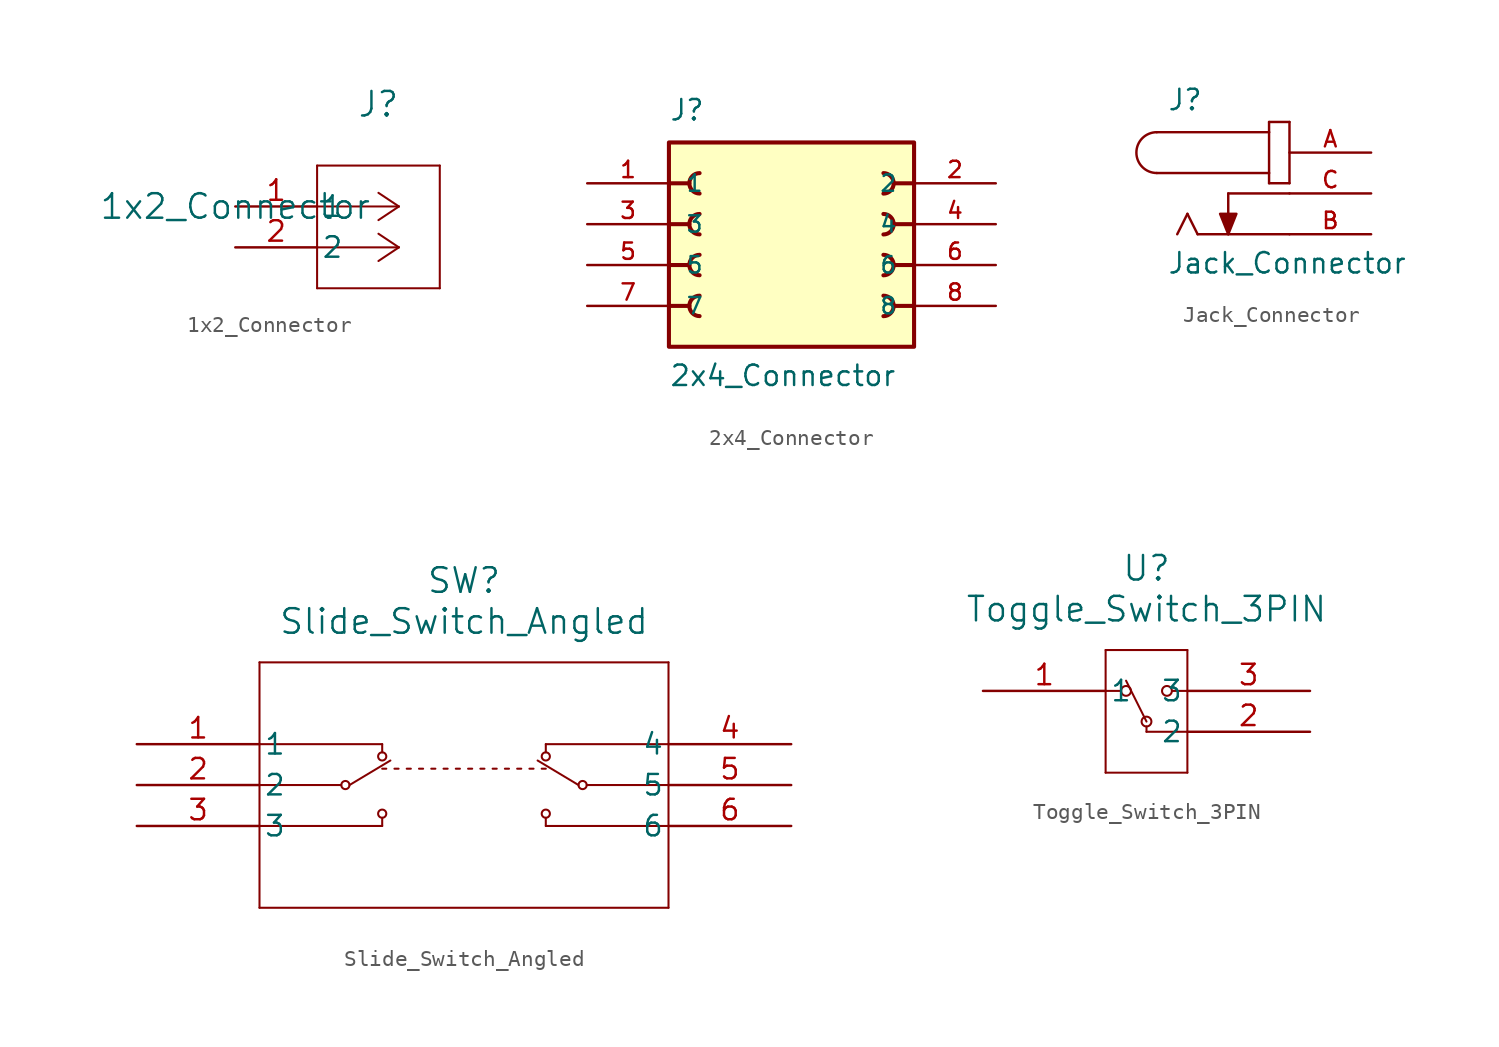
<source format=kicad_sym>
(kicad_symbol_lib
  (version 20231120)
  (generator "kicad_symbol_editor")
  (generator_version "8.0")
  (symbol "1x2_Connector"
    (pin_names
      (offset 0.254))
    (property "Reference" "J"
      (at 8.89 6.35 0)
      (effects (font (size 1.524 1.524))))
    (property "Value" "1x2_Connector"
      (at 0 0 0)
      (effects (font (size 1.524 1.524))))
    (property "ki_locked" ""
      (at 0 0 0)
      (effects (font (size 1.27 1.27))))
    (symbol "1x2_Connector_1_1"
      (polyline (pts (xy 5.08 -5.08) (xy 12.7 -5.08)) (stroke (width 0.127) (type default)) (fill (type none)))
      (polyline (pts (xy 5.08 2.54) (xy 5.08 -5.08)) (stroke (width 0.127) (type default)) (fill (type none)))
      (polyline (pts (xy 10.16 -2.54) (xy 5.08 -2.54)) (stroke (width 0.127) (type default)) (fill (type none)))
      (polyline (pts (xy 10.16 -2.54) (xy 8.89 -3.387)) (stroke (width 0.127) (type default)) (fill (type none)))
      (polyline (pts (xy 10.16 -2.54) (xy 8.89 -1.693)) (stroke (width 0.127) (type default)) (fill (type none)))
      (polyline (pts (xy 10.16 0) (xy 5.08 0)) (stroke (width 0.127) (type default)) (fill (type none)))
      (polyline (pts (xy 10.16 0) (xy 8.89 -0.847)) (stroke (width 0.127) (type default)) (fill (type none)))
      (polyline (pts (xy 10.16 0) (xy 8.89 0.847)) (stroke (width 0.127) (type default)) (fill (type none)))
      (polyline (pts (xy 12.7 -5.08) (xy 12.7 2.54)) (stroke (width 0.127) (type default)) (fill (type none)))
      (polyline (pts (xy 12.7 2.54) (xy 5.08 2.54)) (stroke (width 0.127) (type default)) (fill (type none)))
      (pin unspecified line (at 0 0 0) (length 5.08) (name "1" (effects (font (size 1.27 1.27)))) (number "1" (effects (font (size 1.27 1.27)))))
      (pin unspecified line (at 0 -2.54 0) (length 5.08) (name "2" (effects (font (size 1.27 1.27)))) (number "2" (effects (font (size 1.27 1.27)))))))
  (symbol "2x4_Connector"
    (pin_names
      (offset 1.016))
    (property "Reference" "J"
      (at -7.62 8.89 0)
      (effects (font (size 1.27 1.27)) (justify left bottom)))
    (property "Value" "2x4_Connector"
      (at -7.62 -7.62 0)
      (effects (font (size 1.27 1.27)) (justify left bottom)))
    (symbol "2x4_Connector_0_0"
      (rectangle (start -7.62 -5.08) (end 7.62 7.62) (stroke (width 0.254) (type default)) (fill (type background)))
      (arc (start -5.715 -1.905) (mid -6.3472 -2.54) (end -5.715 -3.175) (stroke (width 0.254) (type default)) (fill (type none)))
      (arc (start -5.715 0.635) (mid -6.3472 0) (end -5.715 -0.635) (stroke (width 0.254) (type default)) (fill (type none)))
      (arc (start -5.715 3.175) (mid -6.3472 2.54) (end -5.715 1.905) (stroke (width 0.254) (type default)) (fill (type none)))
      (arc (start -5.715 5.715) (mid -6.3472 5.08) (end -5.715 4.445) (stroke (width 0.254) (type default)) (fill (type none)))
      (polyline (pts (xy -7.62 -2.54) (xy -6.35 -2.54)) (stroke (width 0.254) (type default)) (fill (type none)))
      (polyline (pts (xy -7.62 0) (xy -6.35 0)) (stroke (width 0.254) (type default)) (fill (type none)))
      (polyline (pts (xy -7.62 2.54) (xy -6.35 2.54)) (stroke (width 0.254) (type default)) (fill (type none)))
      (polyline (pts (xy -7.62 5.08) (xy -6.35 5.08)) (stroke (width 0.254) (type default)) (fill (type none)))
      (polyline (pts (xy 7.62 -2.54) (xy 6.35 -2.54)) (stroke (width 0.254) (type default)) (fill (type none)))
      (polyline (pts (xy 7.62 0) (xy 6.35 0)) (stroke (width 0.254) (type default)) (fill (type none)))
      (polyline (pts (xy 7.62 2.54) (xy 6.35 2.54)) (stroke (width 0.254) (type default)) (fill (type none)))
      (polyline (pts (xy 7.62 5.08) (xy 6.35 5.08)) (stroke (width 0.254) (type default)) (fill (type none)))
      (arc (start 5.715 -3.175) (mid 6.3472 -2.54) (end 5.715 -1.905) (stroke (width 0.254) (type default)) (fill (type none)))
      (arc (start 5.715 -0.635) (mid 6.3472 0) (end 5.715 0.635) (stroke (width 0.254) (type default)) (fill (type none)))
      (arc (start 5.715 1.905) (mid 6.3472 2.54) (end 5.715 3.175) (stroke (width 0.254) (type default)) (fill (type none)))
      (arc (start 5.715 4.445) (mid 6.3472 5.08) (end 5.715 5.715) (stroke (width 0.254) (type default)) (fill (type none)))
      (pin passive line (at -12.7 5.08 0) (length 5.08) (name "1" (effects (font (size 1.016 1.016)))) (number "1" (effects (font (size 1.016 1.016)))))
      (pin passive line (at 12.7 5.08 180) (length 5.08) (name "2" (effects (font (size 1.016 1.016)))) (number "2" (effects (font (size 1.016 1.016)))))
      (pin passive line (at -12.7 2.54 0) (length 5.08) (name "3" (effects (font (size 1.016 1.016)))) (number "3" (effects (font (size 1.016 1.016)))))
      (pin passive line (at 12.7 2.54 180) (length 5.08) (name "4" (effects (font (size 1.016 1.016)))) (number "4" (effects (font (size 1.016 1.016)))))
      (pin passive line (at -12.7 0 0) (length 5.08) (name "5" (effects (font (size 1.016 1.016)))) (number "5" (effects (font (size 1.016 1.016)))))
      (pin passive line (at 12.7 0 180) (length 5.08) (name "6" (effects (font (size 1.016 1.016)))) (number "6" (effects (font (size 1.016 1.016)))))
      (pin passive line (at -12.7 -2.54 0) (length 5.08) (name "7" (effects (font (size 1.016 1.016)))) (number "7" (effects (font (size 1.016 1.016)))))
      (pin passive line (at 12.7 -2.54 180) (length 5.08) (name "8" (effects (font (size 1.016 1.016)))) (number "8" (effects (font (size 1.016 1.016)))))))
  (symbol "Jack_Connector"
    (pin_names
      (offset 1.016))
    (property "Reference" "J"
      (at -7.62 5.08 0)
      (effects (font (size 1.27 1.27)) (justify left bottom)))
    (property "Value" "Jack_Connector"
      (at -7.62 -5.08 0)
      (effects (font (size 1.27 1.27)) (justify left bottom)))
    (symbol "Jack_Connector_0_0"
      (arc (start -8.255 3.81) (mid -9.5194 2.54) (end -8.255 1.27) (stroke (width 0.1524) (type default)) (fill (type none)))
      (polyline (pts (xy -8.255 3.81) (xy -1.27 3.81)) (stroke (width 0.152) (type default)) (fill (type none)))
      (polyline (pts (xy -6.35 -1.27) (xy -6.985 -2.54)) (stroke (width 0.152) (type default)) (fill (type none)))
      (polyline (pts (xy -5.715 -2.54) (xy -6.35 -1.27)) (stroke (width 0.152) (type default)) (fill (type none)))
      (polyline (pts (xy -3.81 0) (xy -3.81 -2.54)) (stroke (width 0.152) (type default)) (fill (type none)))
      (polyline (pts (xy -1.27 0.635) (xy 0 0.635)) (stroke (width 0.152) (type default)) (fill (type none)))
      (polyline (pts (xy -1.27 1.27) (xy -8.255 1.27)) (stroke (width 0.152) (type default)) (fill (type none)))
      (polyline (pts (xy -1.27 1.27) (xy -1.27 0.635)) (stroke (width 0.152) (type default)) (fill (type none)))
      (polyline (pts (xy -1.27 3.81) (xy -1.27 1.27)) (stroke (width 0.152) (type default)) (fill (type none)))
      (polyline (pts (xy -1.27 4.445) (xy -1.27 3.81)) (stroke (width 0.152) (type default)) (fill (type none)))
      (polyline (pts (xy 0 -2.54) (xy -5.715 -2.54)) (stroke (width 0.152) (type default)) (fill (type none)))
      (polyline (pts (xy 0 0) (xy -3.81 0)) (stroke (width 0.152) (type default)) (fill (type none)))
      (polyline (pts (xy 0 0.635) (xy 0 4.445)) (stroke (width 0.152) (type default)) (fill (type none)))
      (polyline (pts (xy 0 4.445) (xy -1.27 4.445)) (stroke (width 0.152) (type default)) (fill (type none)))
      (polyline (pts (xy -3.81 -2.54) (xy -4.318 -1.27) (xy -3.302 -1.27) (xy -3.81 -2.54)) (stroke (width 0.152) (type default)) (fill (type outline)))
      (pin passive line (at 5.08 2.54 180) (length 5.08) (name "~" (effects (font (size 1.016 1.016)))) (number "A" (effects (font (size 1.016 1.016)))))
      (pin passive line (at 5.08 -2.54 180) (length 5.08) (name "~" (effects (font (size 1.016 1.016)))) (number "B" (effects (font (size 1.016 1.016)))))
      (pin passive line (at 5.08 0 180) (length 5.08) (name "~" (effects (font (size 1.016 1.016)))) (number "C" (effects (font (size 1.016 1.016)))))))
  (symbol "Slide_Switch_Angled"
    (pin_names
      (offset 0.254))
    (property "Reference" "SW"
      (at 20.32 10.16 0)
      (effects (font (size 1.524 1.524))))
    (property "Value" "Slide_Switch_Angled"
      (at 20.32 7.62 0)
      (effects (font (size 1.524 1.524))))
    (property "ki_locked" ""
      (at 0 0 0)
      (effects (font (size 1.27 1.27))))
    (symbol "Slide_Switch_Angled_1_1"
      (polyline (pts (xy 7.62 -10.16) (xy 33.02 -10.16)) (stroke (width 0.127) (type default)) (fill (type none)))
      (polyline (pts (xy 7.62 -5.08) (xy 15.24 -5.08)) (stroke (width 0.127) (type default)) (fill (type none)))
      (polyline (pts (xy 7.62 -2.54) (xy 12.7 -2.54)) (stroke (width 0.127) (type default)) (fill (type none)))
      (polyline (pts (xy 7.62 0) (xy 15.24 0)) (stroke (width 0.127) (type default)) (fill (type none)))
      (polyline (pts (xy 7.62 5.08) (xy 7.62 -10.16)) (stroke (width 0.127) (type default)) (fill (type none)))
      (polyline (pts (xy 13.208 -2.54) (xy 15.748 -1.016)) (stroke (width 0.127) (type default)) (fill (type none)))
      (polyline (pts (xy 15.24 -4.572) (xy 15.24 -5.08)) (stroke (width 0.127) (type default)) (fill (type none)))
      (polyline (pts (xy 15.24 -1.524) (xy 15.494 -1.524)) (stroke (width 0.127) (type default)) (fill (type none)))
      (polyline (pts (xy 15.24 0) (xy 15.24 -0.508)) (stroke (width 0.127) (type default)) (fill (type none)))
      (polyline (pts (xy 16.002 -1.524) (xy 16.256 -1.524)) (stroke (width 0.127) (type default)) (fill (type none)))
      (polyline (pts (xy 16.764 -1.524) (xy 17.018 -1.524)) (stroke (width 0.127) (type default)) (fill (type none)))
      (polyline (pts (xy 17.526 -1.524) (xy 17.78 -1.524)) (stroke (width 0.127) (type default)) (fill (type none)))
      (polyline (pts (xy 18.288 -1.524) (xy 18.542 -1.524)) (stroke (width 0.127) (type default)) (fill (type none)))
      (polyline (pts (xy 19.05 -1.524) (xy 19.304 -1.524)) (stroke (width 0.127) (type default)) (fill (type none)))
      (polyline (pts (xy 19.812 -1.524) (xy 20.066 -1.524)) (stroke (width 0.127) (type default)) (fill (type none)))
      (polyline (pts (xy 20.574 -1.524) (xy 20.828 -1.524)) (stroke (width 0.127) (type default)) (fill (type none)))
      (polyline (pts (xy 21.336 -1.524) (xy 21.59 -1.524)) (stroke (width 0.127) (type default)) (fill (type none)))
      (polyline (pts (xy 22.098 -1.524) (xy 22.352 -1.524)) (stroke (width 0.127) (type default)) (fill (type none)))
      (polyline (pts (xy 22.86 -1.524) (xy 23.114 -1.524)) (stroke (width 0.127) (type default)) (fill (type none)))
      (polyline (pts (xy 23.622 -1.524) (xy 23.876 -1.524)) (stroke (width 0.127) (type default)) (fill (type none)))
      (polyline (pts (xy 24.384 -1.524) (xy 24.638 -1.524)) (stroke (width 0.127) (type default)) (fill (type none)))
      (polyline (pts (xy 25.146 -1.524) (xy 25.4 -1.524)) (stroke (width 0.127) (type default)) (fill (type none)))
      (polyline (pts (xy 25.4 -4.572) (xy 25.4 -5.08)) (stroke (width 0.127) (type default)) (fill (type none)))
      (polyline (pts (xy 25.4 0) (xy 25.4 -0.508)) (stroke (width 0.127) (type default)) (fill (type none)))
      (polyline (pts (xy 27.432 -2.54) (xy 24.892 -1.016)) (stroke (width 0.127) (type default)) (fill (type none)))
      (polyline (pts (xy 33.02 -10.16) (xy 33.02 5.08)) (stroke (width 0.127) (type default)) (fill (type none)))
      (polyline (pts (xy 33.02 -5.08) (xy 25.4 -5.08)) (stroke (width 0.127) (type default)) (fill (type none)))
      (polyline (pts (xy 33.02 -2.54) (xy 27.94 -2.54)) (stroke (width 0.127) (type default)) (fill (type none)))
      (polyline (pts (xy 33.02 0) (xy 25.4 0)) (stroke (width 0.127) (type default)) (fill (type none)))
      (polyline (pts (xy 33.02 5.08) (xy 7.62 5.08)) (stroke (width 0.127) (type default)) (fill (type none)))
      (circle (center 12.954 -2.54) (radius 0.254) (stroke (width 0.127) (type default)) (fill (type none)))
      (circle (center 15.24 -4.318) (radius 0.254) (stroke (width 0.127) (type default)) (fill (type none)))
      (circle (center 15.24 -0.762) (radius 0.254) (stroke (width 0.127) (type default)) (fill (type none)))
      (circle (center 25.4 -4.318) (radius 0.254) (stroke (width 0.127) (type default)) (fill (type none)))
      (circle (center 25.4 -0.762) (radius 0.254) (stroke (width 0.127) (type default)) (fill (type none)))
      (circle (center 27.686 -2.54) (radius 0.254) (stroke (width 0.127) (type default)) (fill (type none)))
      (pin unspecified line (at 0 0 0) (length 7.62) (name "1" (effects (font (size 1.27 1.27)))) (number "1" (effects (font (size 1.27 1.27)))))
      (pin unspecified line (at 0 -2.54 0) (length 7.62) (name "2" (effects (font (size 1.27 1.27)))) (number "2" (effects (font (size 1.27 1.27)))))
      (pin unspecified line (at 0 -5.08 0) (length 7.62) (name "3" (effects (font (size 1.27 1.27)))) (number "3" (effects (font (size 1.27 1.27)))))
      (pin unspecified line (at 40.64 0 180) (length 7.62) (name "4" (effects (font (size 1.27 1.27)))) (number "4" (effects (font (size 1.27 1.27)))))
      (pin unspecified line (at 40.64 -2.54 180) (length 7.62) (name "5" (effects (font (size 1.27 1.27)))) (number "5" (effects (font (size 1.27 1.27)))))
      (pin unspecified line (at 40.64 -5.08 180) (length 7.62) (name "6" (effects (font (size 1.27 1.27)))) (number "6" (effects (font (size 1.27 1.27)))))))
  (symbol "Toggle_Switch_3PIN"
    (pin_names
      (offset 0.254))
    (property "Reference" "U"
      (at 10.16 7.62 0)
      (effects (font (size 1.524 1.524))))
    (property "Value" "Toggle_Switch_3PIN"
      (at 10.16 5.08 0)
      (effects (font (size 1.524 1.524))))
    (property "ki_locked" ""
      (at 0 0 0)
      (effects (font (size 1.27 1.27))))
    (symbol "Toggle_Switch_3PIN_1_1"
      (polyline (pts (xy 7.62 -5.08) (xy 12.7 -5.08)) (stroke (width 0.127) (type default)) (fill (type none)))
      (polyline (pts (xy 7.62 0) (xy 8.572 0)) (stroke (width 0.127) (type default)) (fill (type none)))
      (polyline (pts (xy 7.62 2.54) (xy 7.62 -5.08)) (stroke (width 0.127) (type default)) (fill (type none)))
      (polyline (pts (xy 10.16 -2.54) (xy 10.16 -2.21)) (stroke (width 0.127) (type default)) (fill (type none)))
      (polyline (pts (xy 10.16 -2.54) (xy 12.7 -2.54)) (stroke (width 0.127) (type default)) (fill (type none)))
      (polyline (pts (xy 10.16 -1.905) (xy 8.89 0.635)) (stroke (width 0.127) (type default)) (fill (type none)))
      (polyline (pts (xy 11.748 0) (xy 12.7 0)) (stroke (width 0.127) (type default)) (fill (type none)))
      (polyline (pts (xy 12.7 -5.08) (xy 12.7 2.54)) (stroke (width 0.127) (type default)) (fill (type none)))
      (polyline (pts (xy 12.7 2.54) (xy 7.62 2.54)) (stroke (width 0.127) (type default)) (fill (type none)))
      (circle (center 8.89 0) (radius 0.305) (stroke (width 0.127) (type default)) (fill (type none)))
      (circle (center 10.16 -1.905) (radius 0.305) (stroke (width 0.127) (type default)) (fill (type none)))
      (circle (center 11.43 0) (radius 0.305) (stroke (width 0.127) (type default)) (fill (type none)))
      (pin unspecified line (at 0 0 0) (length 7.62) (name "1" (effects (font (size 1.27 1.27)))) (number "1" (effects (font (size 1.27 1.27)))))
      (pin unspecified line (at 20.32 -2.54 180) (length 7.62) (name "2" (effects (font (size 1.27 1.27)))) (number "2" (effects (font (size 1.27 1.27)))))
      (pin unspecified line (at 20.32 0 180) (length 7.62) (name "3" (effects (font (size 1.27 1.27)))) (number "3" (effects (font (size 1.27 1.27))))))))
</source>
